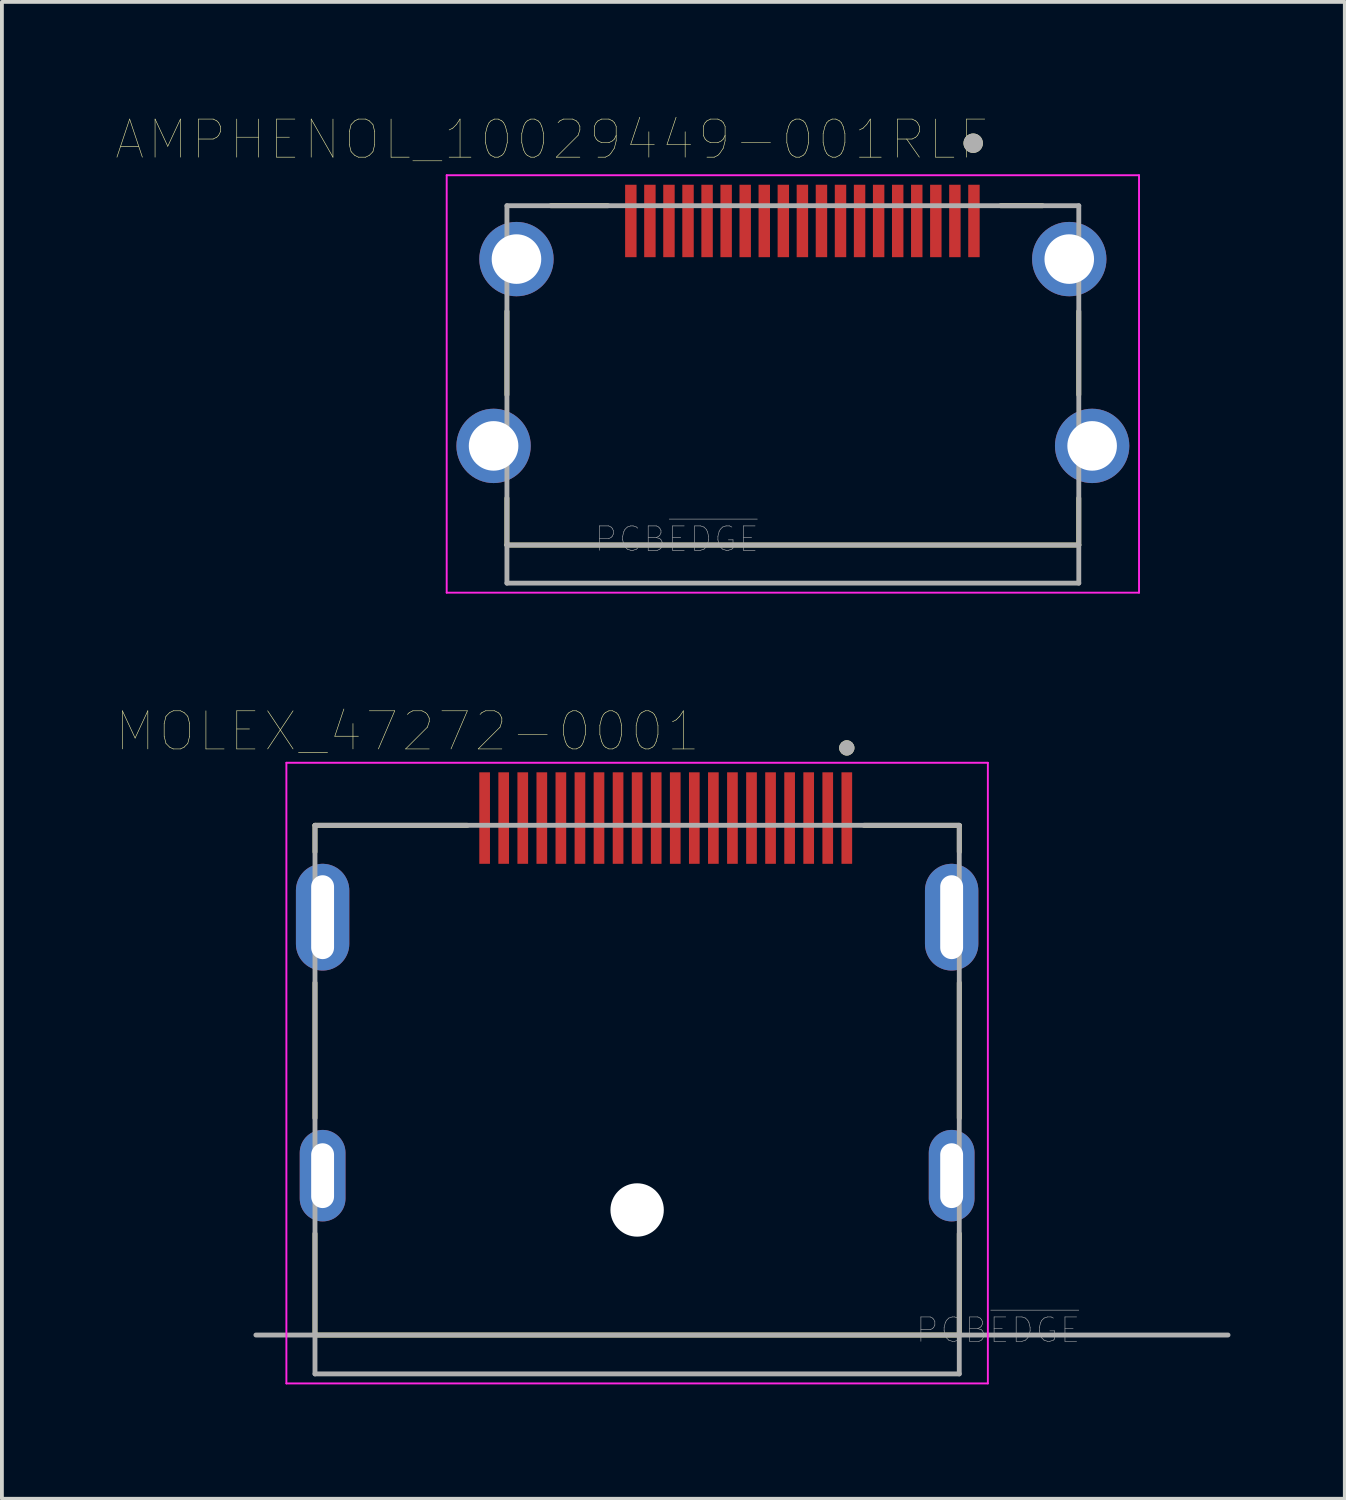
<source format=kicad_pcb>
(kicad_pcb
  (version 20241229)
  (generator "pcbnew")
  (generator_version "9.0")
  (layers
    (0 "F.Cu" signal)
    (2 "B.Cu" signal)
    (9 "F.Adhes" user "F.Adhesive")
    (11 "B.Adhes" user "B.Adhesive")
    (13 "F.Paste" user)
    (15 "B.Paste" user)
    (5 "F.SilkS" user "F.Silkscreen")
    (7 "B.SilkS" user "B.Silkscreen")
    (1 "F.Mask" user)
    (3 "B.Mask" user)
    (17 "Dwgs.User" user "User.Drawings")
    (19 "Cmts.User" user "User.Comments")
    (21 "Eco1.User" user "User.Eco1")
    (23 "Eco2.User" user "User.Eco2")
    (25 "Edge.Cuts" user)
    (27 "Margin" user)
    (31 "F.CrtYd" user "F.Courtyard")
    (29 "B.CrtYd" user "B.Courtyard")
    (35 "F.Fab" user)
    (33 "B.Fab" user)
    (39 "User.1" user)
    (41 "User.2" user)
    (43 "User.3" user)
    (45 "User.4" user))
  (footprint "AMPHENOL_10029449-001RLF"
    (layer "F.Cu")
    (at 17.747 3.746)
    (property "Reference" "AMPHENOL_10029449-001RLF" (at -6.325 -3.135 0) (layer "F.SilkS") (effects (font (size 1 1) (thickness 0.015))))
    (attr through_hole)
    (fp_line (start -7.5 3.56) (end -7.5 1.37) (stroke (width 0.127) (type solid)) (layer "F.SilkS"))
    (fp_line (start -7.5 7.5) (end -7.5 6.27) (stroke (width 0.127) (type solid)) (layer "F.SilkS"))
    (fp_line (start -6.35 -1.4) (end -4.85 -1.4) (stroke (width 0.127) (type solid)) (layer "F.SilkS"))
    (fp_line (start 5.45 -1.4) (end 6.55 -1.4) (stroke (width 0.127) (type solid)) (layer "F.SilkS"))
    (fp_line (start 7.5 1.37) (end 7.5 3.56) (stroke (width 0.127) (type solid)) (layer "F.SilkS"))
    (fp_line (start 7.5 6.27) (end 7.5 7.5) (stroke (width 0.127) (type solid)) (layer "F.SilkS"))
    (fp_line (start 7.5 7.5) (end -7.5 7.5) (stroke (width 0.127) (type solid)) (layer "F.SilkS"))
    (fp_circle (center 4.73 -3.04) (end 4.984 -3.04) (stroke (width 0) (type solid)) (fill yes) (layer "F.SilkS"))
    (fp_line (start -9.08 -2.2) (end 9.08 -2.2) (stroke (width 0.05) (type solid)) (layer "F.CrtYd"))
    (fp_line (start -9.08 8.75) (end -9.08 -2.2) (stroke (width 0.05) (type solid)) (layer "F.CrtYd"))
    (fp_line (start 9.08 -2.2) (end 9.08 8.75) (stroke (width 0.05) (type solid)) (layer "F.CrtYd"))
    (fp_line (start 9.08 8.75) (end -9.08 8.75) (stroke (width 0.05) (type solid)) (layer "F.CrtYd"))
    (fp_line (start -7.5 -1.4) (end 7.5 -1.4) (stroke (width 0.127) (type solid)) (layer "F.Fab"))
    (fp_line (start -7.5 7.5) (end -7.5 -1.4) (stroke (width 0.127) (type solid)) (layer "F.Fab"))
    (fp_line (start -7.5 8.5) (end -7.5 7.5) (stroke (width 0.127) (type solid)) (layer "F.Fab"))
    (fp_line (start 7.5 -1.4) (end 7.5 7.5) (stroke (width 0.127) (type solid)) (layer "F.Fab"))
    (fp_line (start 7.5 7.5) (end -7.5 7.5) (stroke (width 0.127) (type solid)) (layer "F.Fab"))
    (fp_line (start 7.5 7.5) (end 7.5 8.5) (stroke (width 0.127) (type solid)) (layer "F.Fab"))
    (fp_line (start 7.5 8.5) (end -7.5 8.5) (stroke (width 0.127) (type solid)) (layer "F.Fab"))
    (fp_circle (center 4.73 -3.04) (end 4.984 -3.04) (stroke (width 0) (type solid)) (fill yes) (layer "F.Fab"))
    (fp_text user "PCB~{EDGE}" (at -3.048 7.343 0) (layer "F.Fab") (effects (font (size 0.64 0.64) (thickness 0.015))))
    (pad "1" smd rect (at 4.75 -1) (size 0.3 1.9) (layers "F.Cu" "F.Mask" "F.Paste"))
    (pad "2" smd rect (at 4.25 -1) (size 0.3 1.9) (layers "F.Cu" "F.Mask" "F.Paste"))
    (pad "3" smd rect (at 3.75 -1) (size 0.3 1.9) (layers "F.Cu" "F.Mask" "F.Paste"))
    (pad "4" smd rect (at 3.25 -1) (size 0.3 1.9) (layers "F.Cu" "F.Mask" "F.Paste"))
    (pad "5" smd rect (at 2.75 -1) (size 0.3 1.9) (layers "F.Cu" "F.Mask" "F.Paste"))
    (pad "6" smd rect (at 2.25 -1) (size 0.3 1.9) (layers "F.Cu" "F.Mask" "F.Paste"))
    (pad "7" smd rect (at 1.75 -1) (size 0.3 1.9) (layers "F.Cu" "F.Mask" "F.Paste"))
    (pad "8" smd rect (at 1.25 -1) (size 0.3 1.9) (layers "F.Cu" "F.Mask" "F.Paste"))
    (pad "9" smd rect (at 0.75 -1) (size 0.3 1.9) (layers "F.Cu" "F.Mask" "F.Paste"))
    (pad "10" smd rect (at 0.25 -1) (size 0.3 1.9) (layers "F.Cu" "F.Mask" "F.Paste"))
    (pad "11" smd rect (at -0.25 -1) (size 0.3 1.9) (layers "F.Cu" "F.Mask" "F.Paste"))
    (pad "12" smd rect (at -0.75 -1) (size 0.3 1.9) (layers "F.Cu" "F.Mask" "F.Paste"))
    (pad "13" smd rect (at -1.25 -1) (size 0.3 1.9) (layers "F.Cu" "F.Mask" "F.Paste"))
    (pad "14" smd rect (at -1.75 -1) (size 0.3 1.9) (layers "F.Cu" "F.Mask" "F.Paste"))
    (pad "15" smd rect (at -2.25 -1) (size 0.3 1.9) (layers "F.Cu" "F.Mask" "F.Paste"))
    (pad "16" smd rect (at -2.75 -1) (size 0.3 1.9) (layers "F.Cu" "F.Mask" "F.Paste"))
    (pad "17" smd rect (at -3.25 -1) (size 0.3 1.9) (layers "F.Cu" "F.Mask" "F.Paste"))
    (pad "18" smd rect (at -3.75 -1) (size 0.3 1.9) (layers "F.Cu" "F.Mask" "F.Paste"))
    (pad "19" smd rect (at -4.25 -1) (size 0.3 1.9) (layers "F.Cu" "F.Mask" "F.Paste"))
    (pad "S1" thru_hole circle (at 7.25 0) (size 1.95 1.95) (drill 1.3) (layers "*.Cu" "*.Mask"))
    (pad "S2" thru_hole circle (at -7.25 0) (size 1.95 1.95) (drill 1.3) (layers "*.Cu" "*.Mask"))
    (pad "S3" thru_hole circle (at -7.85 4.9) (size 1.95 1.95) (drill 1.3) (layers "*.Cu" "*.Mask"))
    (pad "S4" thru_hole circle (at 7.85 4.9) (size 1.95 1.95) (drill 1.3) (layers "*.Cu" "*.Mask")))
  (footprint "MOLEX_47272-0001"
    (layer "F.Cu")
    (at 13.662 31.968)
    (property "Reference" "MOLEX_47272-0001" (at -6.025 -15.835 0) (layer "F.SilkS") (effects (font (size 1 1) (thickness 0.015))))
    (attr through_hole)
    (fp_line (start -8.45 -13.37) (end -8.45 -12.67) (stroke (width 0.127) (type solid)) (layer "F.SilkS"))
    (fp_line (start -8.45 -9.24) (end -8.45 -5.69) (stroke (width 0.127) (type solid)) (layer "F.SilkS"))
    (fp_line (start -8.45 -2.66) (end -8.45 0) (stroke (width 0.127) (type solid)) (layer "F.SilkS"))
    (fp_line (start -8.45 0) (end 8.45 0) (stroke (width 0.127) (type solid)) (layer "F.SilkS"))
    (fp_line (start -4.45 -13.37) (end -8.45 -13.37) (stroke (width 0.127) (type solid)) (layer "F.SilkS"))
    (fp_line (start 8.45 -13.37) (end 5.95 -13.37) (stroke (width 0.127) (type solid)) (layer "F.SilkS"))
    (fp_line (start 8.45 -13.37) (end 8.45 -12.67) (stroke (width 0.127) (type solid)) (layer "F.SilkS"))
    (fp_line (start 8.45 -9.24) (end 8.45 -5.69) (stroke (width 0.127) (type solid)) (layer "F.SilkS"))
    (fp_line (start 8.45 -2.66) (end 8.45 0) (stroke (width 0.127) (type solid)) (layer "F.SilkS"))
    (fp_circle (center 5.5 -15.4) (end 5.6 -15.4) (stroke (width 0.2) (type solid)) (fill no) (layer "F.SilkS"))
    (fp_line (start -9.2 -15.01) (end 9.2 -15.01) (stroke (width 0.05) (type solid)) (layer "F.CrtYd"))
    (fp_line (start -9.2 1.27) (end -9.2 -15.01) (stroke (width 0.05) (type solid)) (layer "F.CrtYd"))
    (fp_line (start 9.2 -15.01) (end 9.2 1.27) (stroke (width 0.05) (type solid)) (layer "F.CrtYd"))
    (fp_line (start 9.2 1.27) (end -9.2 1.27) (stroke (width 0.05) (type solid)) (layer "F.CrtYd"))
    (fp_line (start -8.45 -13.37) (end 8.45 -13.37) (stroke (width 0.127) (type solid)) (layer "F.Fab"))
    (fp_line (start -8.45 1.02) (end -8.45 -13.37) (stroke (width 0.127) (type solid)) (layer "F.Fab"))
    (fp_line (start 8.45 -13.37) (end 8.45 1.02) (stroke (width 0.127) (type solid)) (layer "F.Fab"))
    (fp_line (start 8.45 1.02) (end -8.45 1.02) (stroke (width 0.127) (type solid)) (layer "F.Fab"))
    (fp_line (start 15.5 0) (end -10 0) (stroke (width 0.127) (type solid)) (layer "F.Fab"))
    (fp_circle (center 5.5 -15.4) (end 5.6 -15.4) (stroke (width 0.2) (type solid)) (fill no) (layer "F.Fab"))
    (fp_text user "PCB~{EDGE}" (at 9.47 -0.13 0) (layer "F.Fab") (effects (font (size 0.64 0.64) (thickness 0.015))))
    (pad "" np_thru_hole circle (at 0 -3.28) (size 1.4 1.4) (drill 1.4) (layers "*.Cu" "*.Mask"))
    (pad "1" smd rect (at 5.5 -13.56) (size 0.28 2.4) (layers "F.Cu" "F.Mask" "F.Paste"))
    (pad "2" smd rect (at 5 -13.56) (size 0.28 2.4) (layers "F.Cu" "F.Mask" "F.Paste"))
    (pad "3" smd rect (at 4.5 -13.56) (size 0.28 2.4) (layers "F.Cu" "F.Mask" "F.Paste"))
    (pad "4" smd rect (at 4 -13.56) (size 0.28 2.4) (layers "F.Cu" "F.Mask" "F.Paste"))
    (pad "5" smd rect (at 3.5 -13.56) (size 0.28 2.4) (layers "F.Cu" "F.Mask" "F.Paste"))
    (pad "6" smd rect (at 3 -13.56) (size 0.28 2.4) (layers "F.Cu" "F.Mask" "F.Paste"))
    (pad "7" smd rect (at 2.5 -13.56) (size 0.28 2.4) (layers "F.Cu" "F.Mask" "F.Paste"))
    (pad "8" smd rect (at 2 -13.56) (size 0.28 2.4) (layers "F.Cu" "F.Mask" "F.Paste"))
    (pad "9" smd rect (at 1.5 -13.56) (size 0.28 2.4) (layers "F.Cu" "F.Mask" "F.Paste"))
    (pad "10" smd rect (at 1 -13.56) (size 0.28 2.4) (layers "F.Cu" "F.Mask" "F.Paste"))
    (pad "11" smd rect (at 0.5 -13.56) (size 0.28 2.4) (layers "F.Cu" "F.Mask" "F.Paste"))
    (pad "12" smd rect (at 0 -13.56) (size 0.28 2.4) (layers "F.Cu" "F.Mask" "F.Paste"))
    (pad "13" smd rect (at -0.5 -13.56) (size 0.28 2.4) (layers "F.Cu" "F.Mask" "F.Paste"))
    (pad "14" smd rect (at -1 -13.56) (size 0.28 2.4) (layers "F.Cu" "F.Mask" "F.Paste"))
    (pad "15" smd rect (at -1.5 -13.56) (size 0.28 2.4) (layers "F.Cu" "F.Mask" "F.Paste"))
    (pad "16" smd rect (at -2 -13.56) (size 0.28 2.4) (layers "F.Cu" "F.Mask" "F.Paste"))
    (pad "17" smd rect (at -2.5 -13.56) (size 0.28 2.4) (layers "F.Cu" "F.Mask" "F.Paste"))
    (pad "18" smd rect (at -3 -13.56) (size 0.28 2.4) (layers "F.Cu" "F.Mask" "F.Paste"))
    (pad "19" smd rect (at -3.5 -13.56) (size 0.28 2.4) (layers "F.Cu" "F.Mask" "F.Paste"))
    (pad "20" smd rect (at -4 -13.56) (size 0.28 2.4) (layers "F.Cu" "F.Mask" "F.Paste"))
    (pad "S1" thru_hole oval (at -8.25 -10.96) (size 1.4 2.8) (drill oval 0.6 2.2) (layers "*.Cu" "*.Mask"))
    (pad "S2" thru_hole oval (at 8.25 -10.96) (size 1.4 2.8) (drill oval 0.6 2.2) (layers "*.Cu" "*.Mask"))
    (pad "S3" thru_hole oval (at -8.25 -4.18) (size 1.2 2.4) (drill oval 0.6 1.7) (layers "*.Cu" "*.Mask"))
    (pad "S4" thru_hole oval (at 8.25 -4.18) (size 1.2 2.4) (drill oval 0.6 1.7) (layers "*.Cu" "*.Mask")))
  (gr_rect
    (start -3 -3)
    (end 32.225 36.263)
    (stroke (width 0.1) (type default))
    (fill no)
    (layer "Edge.Cuts")))
</source>
